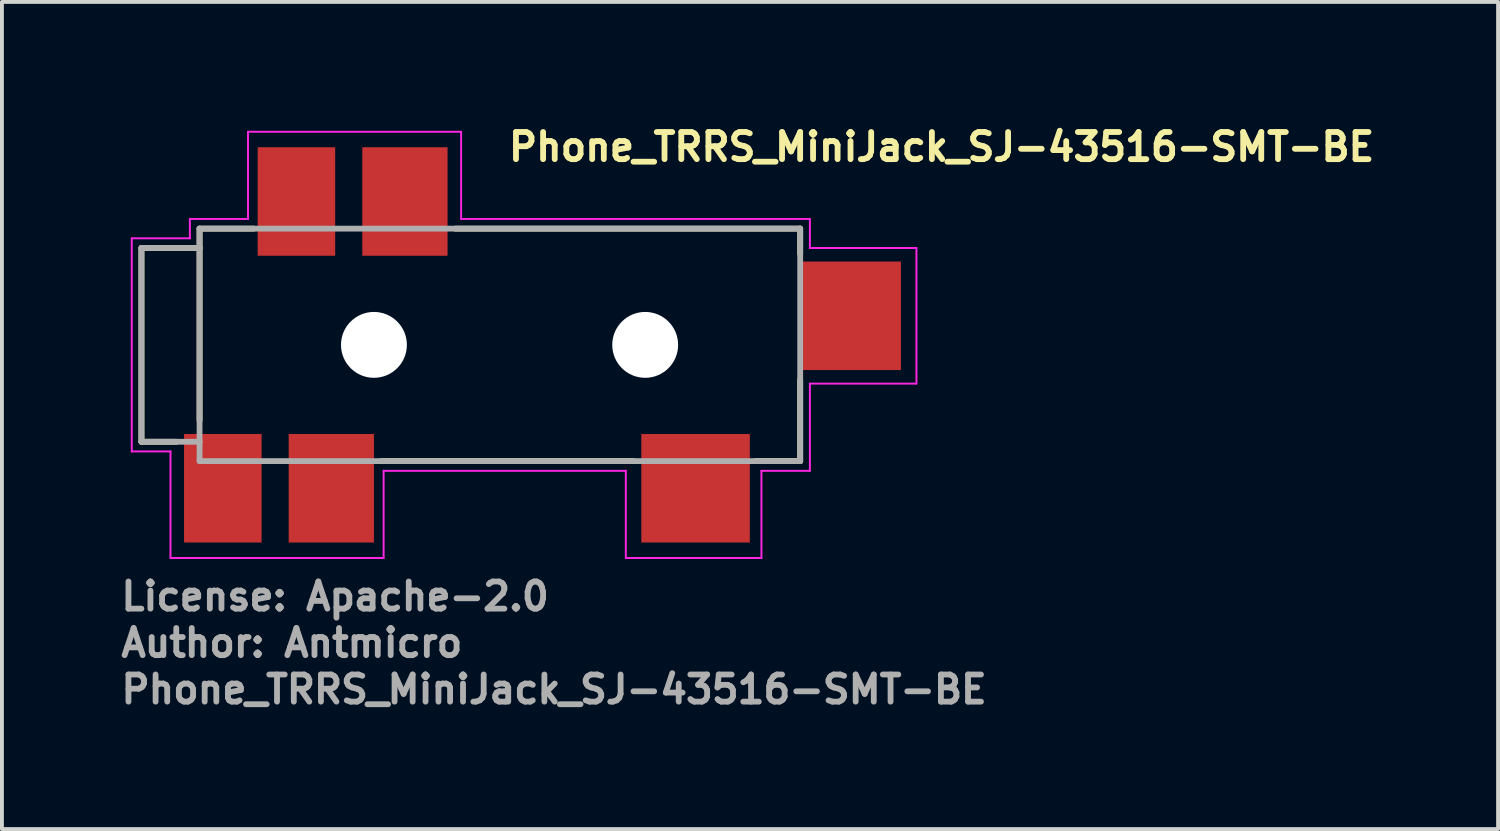
<source format=kicad_pcb>
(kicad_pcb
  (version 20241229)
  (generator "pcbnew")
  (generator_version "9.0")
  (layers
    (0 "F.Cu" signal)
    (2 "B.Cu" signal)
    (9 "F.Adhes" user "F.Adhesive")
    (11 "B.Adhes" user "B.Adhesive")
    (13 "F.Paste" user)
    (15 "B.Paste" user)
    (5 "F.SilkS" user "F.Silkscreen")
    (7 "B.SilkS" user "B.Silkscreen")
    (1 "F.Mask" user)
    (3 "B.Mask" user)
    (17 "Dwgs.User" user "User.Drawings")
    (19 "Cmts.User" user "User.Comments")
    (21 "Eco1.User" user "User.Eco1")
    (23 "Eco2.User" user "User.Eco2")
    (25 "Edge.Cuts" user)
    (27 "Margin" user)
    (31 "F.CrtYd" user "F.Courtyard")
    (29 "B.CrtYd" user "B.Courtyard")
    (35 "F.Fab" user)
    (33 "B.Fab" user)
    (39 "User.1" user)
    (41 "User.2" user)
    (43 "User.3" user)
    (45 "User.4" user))
  (footprint "Phone_TRRS_MiniJack_SJ-43516-SMT-BE"
    (layer "F.Cu")
    (at 10 5.85)
    (property "Reference" "Phone_TRRS_MiniJack_SJ-43516-SMT-BE" (at 0 -4.7 0) (layer "F.SilkS") (effects (font (size 0.7 0.7) (thickness 0.15)) (justify left bottom)))
    (attr smd)
    (fp_line (start -9.4 -2.5) (end -9.4 2.5) (stroke (width 0.15) (type solid)) (layer "F.SilkS"))
    (fp_line (start -9.4 2.5) (end -8.5 2.5) (stroke (width 0.15) (type solid)) (layer "F.SilkS"))
    (fp_line (start -7.9 -3) (end -7.9 -2.5) (stroke (width 0.15) (type solid)) (layer "F.SilkS"))
    (fp_line (start -7.9 -2.5) (end -9.4 -2.5) (stroke (width 0.15) (type solid)) (layer "F.SilkS"))
    (fp_line (start -7.9 -2.5) (end -7.9 1.95) (stroke (width 0.15) (type solid)) (layer "F.SilkS"))
    (fp_line (start -6.5 -3) (end -7.9 -3) (stroke (width 0.15) (type solid)) (layer "F.SilkS"))
    (fp_line (start -3.2 3) (end 3.3 3) (stroke (width 0.15) (type solid)) (layer "F.SilkS"))
    (fp_line (start 6.45 3) (end 7.6 3) (stroke (width 0.15) (type solid)) (layer "F.SilkS"))
    (fp_line (start 7.6 -3) (end -1.3 -3) (stroke (width 0.15) (type solid)) (layer "F.SilkS"))
    (fp_line (start 7.6 -3) (end 7.6 -2.35) (stroke (width 0.15) (type solid)) (layer "F.SilkS"))
    (fp_line (start 7.6 0.9) (end 7.6 3) (stroke (width 0.15) (type solid)) (layer "F.SilkS"))
    (fp_line (start -9.65 -2.75) (end -8.15 -2.75) (stroke (width 0.05) (type solid)) (layer "F.CrtYd"))
    (fp_line (start -9.65 2.75) (end -9.65 -2.75) (stroke (width 0.05) (type solid)) (layer "F.CrtYd"))
    (fp_line (start -8.65 2.75) (end -9.65 2.75) (stroke (width 0.05) (type solid)) (layer "F.CrtYd"))
    (fp_line (start -8.65 5.5) (end -8.65 2.75) (stroke (width 0.05) (type solid)) (layer "F.CrtYd"))
    (fp_line (start -8.15 -3.25) (end -6.65 -3.25) (stroke (width 0.05) (type solid)) (layer "F.CrtYd"))
    (fp_line (start -8.15 -2.75) (end -8.15 -3.25) (stroke (width 0.05) (type solid)) (layer "F.CrtYd"))
    (fp_line (start -6.65 -5.5) (end -1.15 -5.5) (stroke (width 0.05) (type solid)) (layer "F.CrtYd"))
    (fp_line (start -6.65 -3.25) (end -6.65 -5.5) (stroke (width 0.05) (type solid)) (layer "F.CrtYd"))
    (fp_line (start -3.15 3.25) (end -3.15 5.5) (stroke (width 0.05) (type solid)) (layer "F.CrtYd"))
    (fp_line (start -3.15 5.5) (end -8.65 5.5) (stroke (width 0.05) (type solid)) (layer "F.CrtYd"))
    (fp_line (start -1.15 -5.5) (end -1.15 -3.25) (stroke (width 0.05) (type solid)) (layer "F.CrtYd"))
    (fp_line (start -1.15 -3.25) (end 7.85 -3.25) (stroke (width 0.05) (type solid)) (layer "F.CrtYd"))
    (fp_line (start 3.1 3.25) (end -3.15 3.25) (stroke (width 0.05) (type solid)) (layer "F.CrtYd"))
    (fp_line (start 3.1 5.5) (end 3.1 3.25) (stroke (width 0.05) (type solid)) (layer "F.CrtYd"))
    (fp_line (start 6.6 3.25) (end 6.6 5.5) (stroke (width 0.05) (type solid)) (layer "F.CrtYd"))
    (fp_line (start 6.6 5.5) (end 3.1 5.5) (stroke (width 0.05) (type solid)) (layer "F.CrtYd"))
    (fp_line (start 7.85 -3.25) (end 7.85 -2.5) (stroke (width 0.05) (type solid)) (layer "F.CrtYd"))
    (fp_line (start 7.85 -2.5) (end 10.6 -2.5) (stroke (width 0.05) (type solid)) (layer "F.CrtYd"))
    (fp_line (start 7.85 1) (end 7.85 3.25) (stroke (width 0.05) (type solid)) (layer "F.CrtYd"))
    (fp_line (start 7.85 3.25) (end 6.6 3.25) (stroke (width 0.05) (type solid)) (layer "F.CrtYd"))
    (fp_line (start 10.6 -2.5) (end 10.6 1) (stroke (width 0.05) (type solid)) (layer "F.CrtYd"))
    (fp_line (start 10.6 1) (end 7.85 1) (stroke (width 0.05) (type solid)) (layer "F.CrtYd"))
    (fp_line (start -9.4 -2.5) (end -9.4 2.5) (stroke (width 0.15) (type solid)) (layer "F.Fab"))
    (fp_line (start -9.4 2.5) (end -7.9 2.5) (stroke (width 0.15) (type solid)) (layer "F.Fab"))
    (fp_line (start -7.9 -3) (end -7.9 -2.5) (stroke (width 0.15) (type solid)) (layer "F.Fab"))
    (fp_line (start -7.9 -2.5) (end -9.4 -2.5) (stroke (width 0.15) (type solid)) (layer "F.Fab"))
    (fp_line (start -7.9 -2.5) (end -7.9 2.5) (stroke (width 0.15) (type solid)) (layer "F.Fab"))
    (fp_line (start -7.9 2.5) (end -7.9 3) (stroke (width 0.15) (type solid)) (layer "F.Fab"))
    (fp_line (start -7.9 3) (end 7.6 3) (stroke (width 0.15) (type solid)) (layer "F.Fab"))
    (fp_line (start 7.6 -3) (end -7.9 -3) (stroke (width 0.15) (type solid)) (layer "F.Fab"))
    (fp_line (start 7.6 3) (end 7.6 -3) (stroke (width 0.15) (type solid)) (layer "F.Fab"))
    (fp_rect (start -9.6 -4.5) (end 9.6 4.5) (stroke (width 0.1) (type solid)) (fill no) (layer "User.5"))
    (fp_line (start -9.599 2.51) (end -9.6 2.55) (stroke (width 0.02) (type solid)) (layer "User.9"))
    (fp_line (start -9.597 2.471) (end -9.599 2.51) (stroke (width 0.02) (type solid)) (layer "User.9"))
    (fp_line (start -9.593 2.432) (end -9.597 2.471) (stroke (width 0.02) (type solid)) (layer "User.9"))
    (fp_line (start -9.587 2.393) (end -9.593 2.432) (stroke (width 0.02) (type solid)) (layer "User.9"))
    (fp_line (start -9.58 2.355) (end -9.587 2.393) (stroke (width 0.02) (type solid)) (layer "User.9"))
    (fp_line (start -9.571 2.317) (end -9.58 2.355) (stroke (width 0.02) (type solid)) (layer "User.9"))
    (fp_line (start -9.561 2.279) (end -9.571 2.317) (stroke (width 0.02) (type solid)) (layer "User.9"))
    (fp_line (start -9.549 2.242) (end -9.561 2.279) (stroke (width 0.02) (type solid)) (layer "User.9"))
    (fp_line (start -9.535 2.205) (end -9.549 2.242) (stroke (width 0.02) (type solid)) (layer "User.9"))
    (fp_line (start -9.52 2.169) (end -9.535 2.205) (stroke (width 0.02) (type solid)) (layer "User.9"))
    (fp_line (start -9.504 2.133) (end -9.52 2.169) (stroke (width 0.02) (type solid)) (layer "User.9"))
    (fp_line (start -9.486 2.099) (end -9.504 2.133) (stroke (width 0.02) (type solid)) (layer "User.9"))
    (fp_line (start -9.467 2.065) (end -9.486 2.099) (stroke (width 0.02) (type solid)) (layer "User.9"))
    (fp_line (start -9.446 2.031) (end -9.467 2.065) (stroke (width 0.02) (type solid)) (layer "User.9"))
    (fp_line (start -9.424 1.999) (end -9.446 2.031) (stroke (width 0.02) (type solid)) (layer "User.9"))
    (fp_line (start -9.4 -2.3) (end -9.2 -2.5) (stroke (width 0.02) (type solid)) (layer "User.9"))
    (fp_line (start -9.4 -2.25) (end -9.4 -2.3) (stroke (width 0.02) (type solid)) (layer "User.9"))
    (fp_line (start -9.4 -2.25) (end -9.4 -2.25) (stroke (width 0.02) (type solid)) (layer "User.9"))
    (fp_line (start -9.4 -2.102) (end -9.4 -2.25) (stroke (width 0.02) (type solid)) (layer "User.9"))
    (fp_line (start -9.4 -2.102) (end -9.4 -2.102) (stroke (width 0.02) (type solid)) (layer "User.9"))
    (fp_line (start -9.4 -1.864) (end -9.4 -2.102) (stroke (width 0.02) (type solid)) (layer "User.9"))
    (fp_line (start -9.4 -1.864) (end -9.4 -1.864) (stroke (width 0.02) (type solid)) (layer "User.9"))
    (fp_line (start -9.4 -1.544) (end -9.4 -1.864) (stroke (width 0.02) (type solid)) (layer "User.9"))
    (fp_line (start -9.4 -1.544) (end -9.4 -1.544) (stroke (width 0.02) (type solid)) (layer "User.9"))
    (fp_line (start -9.4 -1.157) (end -9.4 -1.544) (stroke (width 0.02) (type solid)) (layer "User.9"))
    (fp_line (start -9.4 -1.157) (end -9.4 -1.157) (stroke (width 0.02) (type solid)) (layer "User.9"))
    (fp_line (start -9.4 -0.72) (end -9.4 -1.157) (stroke (width 0.02) (type solid)) (layer "User.9"))
    (fp_line (start -9.4 -0.72) (end -9.4 -0.72) (stroke (width 0.02) (type solid)) (layer "User.9"))
    (fp_line (start -9.4 -0.252) (end -9.4 -0.72) (stroke (width 0.02) (type solid)) (layer "User.9"))
    (fp_line (start -9.4 -0.252) (end -9.4 -0.252) (stroke (width 0.02) (type solid)) (layer "User.9"))
    (fp_line (start -9.4 0.228) (end -9.4 -0.252) (stroke (width 0.02) (type solid)) (layer "User.9"))
    (fp_line (start -9.4 0.228) (end -9.4 0.228) (stroke (width 0.02) (type solid)) (layer "User.9"))
    (fp_line (start -9.4 0.697) (end -9.4 0.228) (stroke (width 0.02) (type solid)) (layer "User.9"))
    (fp_line (start -9.4 0.697) (end -9.4 0.697) (stroke (width 0.02) (type solid)) (layer "User.9"))
    (fp_line (start -9.4 1.136) (end -9.4 0.697) (stroke (width 0.02) (type solid)) (layer "User.9"))
    (fp_line (start -9.4 1.136) (end -9.4 1.136) (stroke (width 0.02) (type solid)) (layer "User.9"))
    (fp_line (start -9.4 1.526) (end -9.4 1.136) (stroke (width 0.02) (type solid)) (layer "User.9"))
    (fp_line (start -9.4 1.526) (end -9.4 1.526) (stroke (width 0.02) (type solid)) (layer "User.9"))
    (fp_line (start -9.4 1.849) (end -9.4 1.526) (stroke (width 0.02) (type solid)) (layer "User.9"))
    (fp_line (start -9.4 1.849) (end -9.4 1.849) (stroke (width 0.02) (type solid)) (layer "User.9"))
    (fp_line (start -9.4 1.967) (end -9.424 1.999) (stroke (width 0.02) (type solid)) (layer "User.9"))
    (fp_line (start -9.4 2.093) (end -9.4 1.849) (stroke (width 0.02) (type solid)) (layer "User.9"))
    (fp_line (start -9.4 2.093) (end -9.4 2.093) (stroke (width 0.02) (type solid)) (layer "User.9"))
    (fp_line (start -9.4 2.245) (end -9.4 2.093) (stroke (width 0.02) (type solid)) (layer "User.9"))
    (fp_line (start -9.4 2.533) (end -9.4 2.55) (stroke (width 0.02) (type solid)) (layer "User.9"))
    (fp_line (start -9.4 2.55) (end -9.6 2.55) (stroke (width 0.02) (type solid)) (layer "User.9"))
    (fp_line (start -9.399 2.517) (end -9.4 2.533) (stroke (width 0.02) (type solid)) (layer "User.9"))
    (fp_line (start -9.398 2.501) (end -9.399 2.517) (stroke (width 0.02) (type solid)) (layer "User.9"))
    (fp_line (start -9.397 2.484) (end -9.398 2.501) (stroke (width 0.02) (type solid)) (layer "User.9"))
    (fp_line (start -9.395 2.468) (end -9.397 2.484) (stroke (width 0.02) (type solid)) (layer "User.9"))
    (fp_line (start -9.393 2.451) (end -9.395 2.468) (stroke (width 0.02) (type solid)) (layer "User.9"))
    (fp_line (start -9.391 2.435) (end -9.393 2.451) (stroke (width 0.02) (type solid)) (layer "User.9"))
    (fp_line (start -9.388 2.419) (end -9.391 2.435) (stroke (width 0.02) (type solid)) (layer "User.9"))
    (fp_line (start -9.385 2.403) (end -9.388 2.419) (stroke (width 0.02) (type solid)) (layer "User.9"))
    (fp_line (start -9.382 2.387) (end -9.385 2.403) (stroke (width 0.02) (type solid)) (layer "User.9"))
    (fp_line (start -9.378 2.371) (end -9.382 2.387) (stroke (width 0.02) (type solid)) (layer "User.9"))
    (fp_line (start -9.374 2.355) (end -9.378 2.371) (stroke (width 0.02) (type solid)) (layer "User.9"))
    (fp_line (start -9.37 2.339) (end -9.374 2.355) (stroke (width 0.02) (type solid)) (layer "User.9"))
    (fp_line (start -9.365 2.323) (end -9.37 2.339) (stroke (width 0.02) (type solid)) (layer "User.9"))
    (fp_line (start -9.36 2.307) (end -9.365 2.323) (stroke (width 0.02) (type solid)) (layer "User.9"))
    (fp_line (start -9.354 2.292) (end -9.36 2.307) (stroke (width 0.02) (type solid)) (layer "User.9"))
    (fp_line (start -9.354 2.292) (end -9.2 2.449) (stroke (width 0.02) (type solid)) (layer "User.9"))
    (fp_line (start -9.2 -2.5) (end -9.2 -2.445) (stroke (width 0.02) (type solid)) (layer "User.9"))
    (fp_line (start -9.2 -2.5) (end -7.9 -2.5) (stroke (width 0.02) (type solid)) (layer "User.9"))
    (fp_line (start -9.2 -2.445) (end -9.2 -2.445) (stroke (width 0.02) (type solid)) (layer "User.9"))
    (fp_line (start -9.2 -2.445) (end -9.2 -2.283) (stroke (width 0.02) (type solid)) (layer "User.9"))
    (fp_line (start -9.2 -2.283) (end -9.2 -2.283) (stroke (width 0.02) (type solid)) (layer "User.9"))
    (fp_line (start -9.2 -2.283) (end -9.2 -2.02) (stroke (width 0.02) (type solid)) (layer "User.9"))
    (fp_line (start -9.2 -2.02) (end -9.2 -2.02) (stroke (width 0.02) (type solid)) (layer "User.9"))
    (fp_line (start -9.2 -2.02) (end -9.2 -1.669) (stroke (width 0.02) (type solid)) (layer "User.9"))
    (fp_line (start -9.2 -1.669) (end -9.2 -1.669) (stroke (width 0.02) (type solid)) (layer "User.9"))
    (fp_line (start -9.2 -1.669) (end -9.2 -1.244) (stroke (width 0.02) (type solid)) (layer "User.9"))
    (fp_line (start -9.2 -1.244) (end -9.2 -1.244) (stroke (width 0.02) (type solid)) (layer "User.9"))
    (fp_line (start -9.2 -1.244) (end -9.2 -0.764) (stroke (width 0.02) (type solid)) (layer "User.9"))
    (fp_line (start -9.2 -0.764) (end -9.2 -0.764) (stroke (width 0.02) (type solid)) (layer "User.9"))
    (fp_line (start -9.2 -0.764) (end -9.2 -0.251) (stroke (width 0.02) (type solid)) (layer "User.9"))
    (fp_line (start -9.2 -0.251) (end -9.2 -0.251) (stroke (width 0.02) (type solid)) (layer "User.9"))
    (fp_line (start -9.2 -0.251) (end -9.2 0.273) (stroke (width 0.02) (type solid)) (layer "User.9"))
    (fp_line (start -9.2 0.273) (end -9.2 0.273) (stroke (width 0.02) (type solid)) (layer "User.9"))
    (fp_line (start -9.2 0.273) (end -9.2 0.785) (stroke (width 0.02) (type solid)) (layer "User.9"))
    (fp_line (start -9.2 0.785) (end -9.2 0.785) (stroke (width 0.02) (type solid)) (layer "User.9"))
    (fp_line (start -9.2 0.785) (end -9.2 1.262) (stroke (width 0.02) (type solid)) (layer "User.9"))
    (fp_line (start -9.2 1.262) (end -9.2 1.262) (stroke (width 0.02) (type solid)) (layer "User.9"))
    (fp_line (start -9.2 1.262) (end -9.2 1.685) (stroke (width 0.02) (type solid)) (layer "User.9"))
    (fp_line (start -9.2 1.685) (end -9.2 1.685) (stroke (width 0.02) (type solid)) (layer "User.9"))
    (fp_line (start -9.2 1.685) (end -9.2 2.033) (stroke (width 0.02) (type solid)) (layer "User.9"))
    (fp_line (start -9.2 2.033) (end -9.2 2.033) (stroke (width 0.02) (type solid)) (layer "User.9"))
    (fp_line (start -9.2 2.033) (end -9.2 2.291) (stroke (width 0.02) (type solid)) (layer "User.9"))
    (fp_line (start -9.2 2.291) (end -9.2 2.291) (stroke (width 0.02) (type solid)) (layer "User.9"))
    (fp_line (start -9.2 2.291) (end -9.2 2.449) (stroke (width 0.02) (type solid)) (layer "User.9"))
    (fp_line (start -9.2 2.449) (end -9.4 2.245) (stroke (width 0.02) (type solid)) (layer "User.9"))
    (fp_line (start -9.2 2.449) (end -7.9 2.449) (stroke (width 0.02) (type solid)) (layer "User.9"))
    (fp_line (start -7.9 0) (end -7.9 -3) (stroke (width 0.02) (type solid)) (layer "User.9"))
    (fp_line (start -7.9 3) (end -7.9 0) (stroke (width 0.02) (type solid)) (layer "User.9"))
    (fp_line (start -7.85 3.2) (end -7.85 3) (stroke (width 0.02) (type solid)) (layer "User.9"))
    (fp_line (start -7.7 3.2) (end -7.7 4.3) (stroke (width 0.02) (type solid)) (layer "User.9"))
    (fp_line (start -7.7 4.3) (end -7.7 4.31) (stroke (width 0.02) (type solid)) (layer "User.9"))
    (fp_line (start -7.7 4.31) (end -7.699 4.32) (stroke (width 0.02) (type solid)) (layer "User.9"))
    (fp_line (start -7.699 4.32) (end -7.698 4.33) (stroke (width 0.02) (type solid)) (layer "User.9"))
    (fp_line (start -7.698 4.33) (end -7.696 4.339) (stroke (width 0.02) (type solid)) (layer "User.9"))
    (fp_line (start -7.696 4.339) (end -7.694 4.349) (stroke (width 0.02) (type solid)) (layer "User.9"))
    (fp_line (start -7.694 4.349) (end -7.691 4.358) (stroke (width 0.02) (type solid)) (layer "User.9"))
    (fp_line (start -7.691 4.358) (end -7.688 4.367) (stroke (width 0.02) (type solid)) (layer "User.9"))
    (fp_line (start -7.688 4.367) (end -7.685 4.377) (stroke (width 0.02) (type solid)) (layer "User.9"))
    (fp_line (start -7.685 4.377) (end -7.681 4.385) (stroke (width 0.02) (type solid)) (layer "User.9"))
    (fp_line (start -7.681 4.385) (end -7.676 4.394) (stroke (width 0.02) (type solid)) (layer "User.9"))
    (fp_line (start -7.676 4.394) (end -7.672 4.403) (stroke (width 0.02) (type solid)) (layer "User.9"))
    (fp_line (start -7.672 4.403) (end -7.666 4.411) (stroke (width 0.02) (type solid)) (layer "User.9"))
    (fp_line (start -7.666 4.411) (end -7.661 4.419) (stroke (width 0.02) (type solid)) (layer "User.9"))
    (fp_line (start -7.661 4.419) (end -7.655 4.427) (stroke (width 0.02) (type solid)) (layer "User.9"))
    (fp_line (start -7.655 4.427) (end -7.648 4.434) (stroke (width 0.02) (type solid)) (layer "User.9"))
    (fp_line (start -7.648 4.434) (end -7.641 4.441) (stroke (width 0.02) (type solid)) (layer "User.9"))
    (fp_line (start -7.641 4.441) (end -7.641 4.441) (stroke (width 0.02) (type solid)) (layer "User.9"))
    (fp_line (start -7.641 4.441) (end -7.634 4.448) (stroke (width 0.02) (type solid)) (layer "User.9"))
    (fp_line (start -7.634 4.448) (end -7.627 4.455) (stroke (width 0.02) (type solid)) (layer "User.9"))
    (fp_line (start -7.627 4.455) (end -7.619 4.461) (stroke (width 0.02) (type solid)) (layer "User.9"))
    (fp_line (start -7.619 4.461) (end -7.611 4.466) (stroke (width 0.02) (type solid)) (layer "User.9"))
    (fp_line (start -7.611 4.466) (end -7.603 4.472) (stroke (width 0.02) (type solid)) (layer "User.9"))
    (fp_line (start -7.603 4.472) (end -7.594 4.476) (stroke (width 0.02) (type solid)) (layer "User.9"))
    (fp_line (start -7.594 4.476) (end -7.585 4.481) (stroke (width 0.02) (type solid)) (layer "User.9"))
    (fp_line (start -7.585 4.481) (end -7.577 4.485) (stroke (width 0.02) (type solid)) (layer "User.9"))
    (fp_line (start -7.577 4.485) (end -7.567 4.488) (stroke (width 0.02) (type solid)) (layer "User.9"))
    (fp_line (start -7.567 4.488) (end -7.558 4.491) (stroke (width 0.02) (type solid)) (layer "User.9"))
    (fp_line (start -7.558 4.491) (end -7.549 4.494) (stroke (width 0.02) (type solid)) (layer "User.9"))
    (fp_line (start -7.549 4.494) (end -7.539 4.496) (stroke (width 0.02) (type solid)) (layer "User.9"))
    (fp_line (start -7.539 4.496) (end -7.53 4.498) (stroke (width 0.02) (type solid)) (layer "User.9"))
    (fp_line (start -7.53 4.498) (end -7.52 4.499) (stroke (width 0.02) (type solid)) (layer "User.9"))
    (fp_line (start -7.52 4.499) (end -7.51 4.5) (stroke (width 0.02) (type solid)) (layer "User.9"))
    (fp_line (start -7.51 4.5) (end -7.5 4.5) (stroke (width 0.02) (type solid)) (layer "User.9"))
    (fp_line (start -7.5 4.5) (end -7.1 4.5) (stroke (width 0.02) (type solid)) (layer "User.9"))
    (fp_line (start -7.1 4.5) (end -7.09 4.5) (stroke (width 0.02) (type solid)) (layer "User.9"))
    (fp_line (start -7.09 4.5) (end -7.08 4.499) (stroke (width 0.02) (type solid)) (layer "User.9"))
    (fp_line (start -7.08 4.499) (end -7.07 4.498) (stroke (width 0.02) (type solid)) (layer "User.9"))
    (fp_line (start -7.07 4.498) (end -7.06 4.496) (stroke (width 0.02) (type solid)) (layer "User.9"))
    (fp_line (start -7.06 4.496) (end -7.05 4.494) (stroke (width 0.02) (type solid)) (layer "User.9"))
    (fp_line (start -7.05 4.494) (end -7.041 4.491) (stroke (width 0.02) (type solid)) (layer "User.9"))
    (fp_line (start -7.041 4.491) (end -7.031 4.488) (stroke (width 0.02) (type solid)) (layer "User.9"))
    (fp_line (start -7.031 4.488) (end -7.022 4.484) (stroke (width 0.02) (type solid)) (layer "User.9"))
    (fp_line (start -7.022 4.484) (end -7.013 4.48) (stroke (width 0.02) (type solid)) (layer "User.9"))
    (fp_line (start -7.013 4.48) (end -7.005 4.476) (stroke (width 0.02) (type solid)) (layer "User.9"))
    (fp_line (start -7.005 4.476) (end -6.996 4.471) (stroke (width 0.02) (type solid)) (layer "User.9"))
    (fp_line (start -6.996 4.471) (end -6.988 4.466) (stroke (width 0.02) (type solid)) (layer "User.9"))
    (fp_line (start -6.988 4.466) (end -6.98 4.46) (stroke (width 0.02) (type solid)) (layer "User.9"))
    (fp_line (start -6.98 4.46) (end -6.973 4.454) (stroke (width 0.02) (type solid)) (layer "User.9"))
    (fp_line (start -6.973 4.454) (end -6.966 4.448) (stroke (width 0.02) (type solid)) (layer "User.9"))
    (fp_line (start -6.966 4.448) (end -6.959 4.441) (stroke (width 0.02) (type solid)) (layer "User.9"))
    (fp_line (start -6.959 4.441) (end -6.952 4.434) (stroke (width 0.02) (type solid)) (layer "User.9"))
    (fp_line (start -6.952 4.434) (end -6.946 4.427) (stroke (width 0.02) (type solid)) (layer "User.9"))
    (fp_line (start -6.946 4.427) (end -6.94 4.42) (stroke (width 0.02) (type solid)) (layer "User.9"))
    (fp_line (start -6.94 4.42) (end -6.934 4.412) (stroke (width 0.02) (type solid)) (layer "User.9"))
    (fp_line (start -6.934 4.412) (end -6.929 4.404) (stroke (width 0.02) (type solid)) (layer "User.9"))
    (fp_line (start -6.929 4.404) (end -6.924 4.395) (stroke (width 0.02) (type solid)) (layer "User.9"))
    (fp_line (start -6.924 4.395) (end -6.92 4.387) (stroke (width 0.02) (type solid)) (layer "User.9"))
    (fp_line (start -6.92 4.387) (end -6.916 4.378) (stroke (width 0.02) (type solid)) (layer "User.9"))
    (fp_line (start -6.916 4.378) (end -6.912 4.369) (stroke (width 0.02) (type solid)) (layer "User.9"))
    (fp_line (start -6.912 4.369) (end -6.909 4.359) (stroke (width 0.02) (type solid)) (layer "User.9"))
    (fp_line (start -6.909 4.359) (end -6.906 4.35) (stroke (width 0.02) (type solid)) (layer "User.9"))
    (fp_line (start -6.906 4.35) (end -6.904 4.34) (stroke (width 0.02) (type solid)) (layer "User.9"))
    (fp_line (start -6.904 4.34) (end -6.902 4.33) (stroke (width 0.02) (type solid)) (layer "User.9"))
    (fp_line (start -6.902 4.33) (end -6.901 4.32) (stroke (width 0.02) (type solid)) (layer "User.9"))
    (fp_line (start -6.901 4.32) (end -6.9 4.31) (stroke (width 0.02) (type solid)) (layer "User.9"))
    (fp_line (start -6.9 3) (end -7.9 3) (stroke (width 0.02) (type solid)) (layer "User.9"))
    (fp_line (start -6.9 3.2) (end -7.85 3.2) (stroke (width 0.02) (type solid)) (layer "User.9"))
    (fp_line (start -6.9 3.7) (end -6.9 3) (stroke (width 0.02) (type solid)) (layer "User.9"))
    (fp_line (start -6.9 3.7) (end -6.9 4.3) (stroke (width 0.02) (type solid)) (layer "User.9"))
    (fp_line (start -6.9 4.31) (end -6.9 4.3) (stroke (width 0.02) (type solid)) (layer "User.9"))
    (fp_line (start -6.4 -2.5) (end -6.4 -0.9) (stroke (width 0.02) (type solid)) (layer "User.9"))
    (fp_line (start -6.4 -0.9) (end -0.4 -0.9) (stroke (width 0.02) (type solid)) (layer "User.9"))
    (fp_line (start -6.4 2.153) (end -6.4 2.753) (stroke (width 0.02) (type solid)) (layer "User.9"))
    (fp_line (start -6.4 2.753) (end -3.4 2.753) (stroke (width 0.02) (type solid)) (layer "User.9"))
    (fp_line (start -6.3 -2.4) (end -6.3 -1) (stroke (width 0.02) (type solid)) (layer "User.9"))
    (fp_line (start -6.3 -1) (end -0.5 -1) (stroke (width 0.02) (type solid)) (layer "User.9"))
    (fp_line (start -6.3 2.253) (end -6.3 2.653) (stroke (width 0.02) (type solid)) (layer "User.9"))
    (fp_line (start -6.3 2.653) (end -3.5 2.653) (stroke (width 0.02) (type solid)) (layer "User.9"))
    (fp_line (start -5.9 -3) (end -7.9 -3) (stroke (width 0.02) (type solid)) (layer "User.9"))
    (fp_line (start -5.9 -3) (end -5.9 -2.5) (stroke (width 0.02) (type solid)) (layer "User.9"))
    (fp_line (start -5.9 -2.5) (end -6.4 -2.5) (stroke (width 0.02) (type solid)) (layer "User.9"))
    (fp_line (start -5.9 3) (end -5.9 3.7) (stroke (width 0.02) (type solid)) (layer "User.9"))
    (fp_line (start -5.9 3.7) (end -6.9 3.7) (stroke (width 0.02) (type solid)) (layer "User.9"))
    (fp_line (start -5.8 -4.31) (end -5.8 -4.3) (stroke (width 0.02) (type solid)) (layer "User.9"))
    (fp_line (start -5.8 -2.75) (end -5.8 -4.3) (stroke (width 0.02) (type solid)) (layer "User.9"))
    (fp_line (start -5.8 -2.7) (end -5.8 -2.75) (stroke (width 0.02) (type solid)) (layer "User.9"))
    (fp_line (start -5.8 -2.7) (end -5 -2.7) (stroke (width 0.02) (type solid)) (layer "User.9"))
    (fp_line (start -5.8 -2.612) (end -5.8 -2.7) (stroke (width 0.02) (type solid)) (layer "User.9"))
    (fp_line (start -5.8 -2.612) (end -5.8 -2.612) (stroke (width 0.02) (type solid)) (layer "User.9"))
    (fp_line (start -5.8 -2.5) (end -5.9 -2.5) (stroke (width 0.02) (type solid)) (layer "User.9"))
    (fp_line (start -5.8 -2.4) (end -6.3 -2.4) (stroke (width 0.02) (type solid)) (layer "User.9"))
    (fp_line (start -5.8 -2.4) (end -5.8 -2.612) (stroke (width 0.02) (type solid)) (layer "User.9"))
    (fp_line (start -5.799 -4.32) (end -5.8 -4.31) (stroke (width 0.02) (type solid)) (layer "User.9"))
    (fp_line (start -5.798 -4.33) (end -5.799 -4.32) (stroke (width 0.02) (type solid)) (layer "User.9"))
    (fp_line (start -5.796 -4.339) (end -5.798 -4.33) (stroke (width 0.02) (type solid)) (layer "User.9"))
    (fp_line (start -5.794 -4.349) (end -5.796 -4.339) (stroke (width 0.02) (type solid)) (layer "User.9"))
    (fp_line (start -5.791 -4.358) (end -5.794 -4.349) (stroke (width 0.02) (type solid)) (layer "User.9"))
    (fp_line (start -5.788 -4.367) (end -5.791 -4.358) (stroke (width 0.02) (type solid)) (layer "User.9"))
    (fp_line (start -5.785 -4.377) (end -5.788 -4.367) (stroke (width 0.02) (type solid)) (layer "User.9"))
    (fp_line (start -5.781 -4.385) (end -5.785 -4.377) (stroke (width 0.02) (type solid)) (layer "User.9"))
    (fp_line (start -5.776 -4.394) (end -5.781 -4.385) (stroke (width 0.02) (type solid)) (layer "User.9"))
    (fp_line (start -5.772 -4.403) (end -5.776 -4.394) (stroke (width 0.02) (type solid)) (layer "User.9"))
    (fp_line (start -5.766 -4.411) (end -5.772 -4.403) (stroke (width 0.02) (type solid)) (layer "User.9"))
    (fp_line (start -5.761 -4.419) (end -5.766 -4.411) (stroke (width 0.02) (type solid)) (layer "User.9"))
    (fp_line (start -5.755 -4.427) (end -5.761 -4.419) (stroke (width 0.02) (type solid)) (layer "User.9"))
    (fp_line (start -5.748 -4.434) (end -5.755 -4.427) (stroke (width 0.02) (type solid)) (layer "User.9"))
    (fp_line (start -5.741 -4.441) (end -5.748 -4.434) (stroke (width 0.02) (type solid)) (layer "User.9"))
    (fp_line (start -5.741 -4.441) (end -5.741 -4.441) (stroke (width 0.02) (type solid)) (layer "User.9"))
    (fp_line (start -5.734 -4.448) (end -5.741 -4.441) (stroke (width 0.02) (type solid)) (layer "User.9"))
    (fp_line (start -5.727 -4.455) (end -5.734 -4.448) (stroke (width 0.02) (type solid)) (layer "User.9"))
    (fp_line (start -5.719 -4.461) (end -5.727 -4.455) (stroke (width 0.02) (type solid)) (layer "User.9"))
    (fp_line (start -5.711 -4.466) (end -5.719 -4.461) (stroke (width 0.02) (type solid)) (layer "User.9"))
    (fp_line (start -5.703 -4.472) (end -5.711 -4.466) (stroke (width 0.02) (type solid)) (layer "User.9"))
    (fp_line (start -5.694 -4.476) (end -5.703 -4.472) (stroke (width 0.02) (type solid)) (layer "User.9"))
    (fp_line (start -5.685 -4.481) (end -5.694 -4.476) (stroke (width 0.02) (type solid)) (layer "User.9"))
    (fp_line (start -5.677 -4.485) (end -5.685 -4.481) (stroke (width 0.02) (type solid)) (layer "User.9"))
    (fp_line (start -5.667 -4.488) (end -5.677 -4.485) (stroke (width 0.02) (type solid)) (layer "User.9"))
    (fp_line (start -5.658 -4.491) (end -5.667 -4.488) (stroke (width 0.02) (type solid)) (layer "User.9"))
    (fp_line (start -5.649 -4.494) (end -5.658 -4.491) (stroke (width 0.02) (type solid)) (layer "User.9"))
    (fp_line (start -5.639 -4.496) (end -5.649 -4.494) (stroke (width 0.02) (type solid)) (layer "User.9"))
    (fp_line (start -5.63 -4.498) (end -5.639 -4.496) (stroke (width 0.02) (type solid)) (layer "User.9"))
    (fp_line (start -5.62 -4.499) (end -5.63 -4.498) (stroke (width 0.02) (type solid)) (layer "User.9"))
    (fp_line (start -5.61 -4.5) (end -5.62 -4.499) (stroke (width 0.02) (type solid)) (layer "User.9"))
    (fp_line (start -5.6 -4.5) (end -5.61 -4.5) (stroke (width 0.02) (type solid)) (layer "User.9"))
    (fp_line (start -5.6 -4.5) (end -5.2 -4.5) (stroke (width 0.02) (type solid)) (layer "User.9"))
    (fp_line (start -5.19 -4.5) (end -5.2 -4.5) (stroke (width 0.02) (type solid)) (layer "User.9"))
    (fp_line (start -5.18 -4.499) (end -5.19 -4.5) (stroke (width 0.02) (type solid)) (layer "User.9"))
    (fp_line (start -5.17 -4.498) (end -5.18 -4.499) (stroke (width 0.02) (type solid)) (layer "User.9"))
    (fp_line (start -5.161 -4.496) (end -5.17 -4.498) (stroke (width 0.02) (type solid)) (layer "User.9"))
    (fp_line (start -5.151 -4.494) (end -5.161 -4.496) (stroke (width 0.02) (type solid)) (layer "User.9"))
    (fp_line (start -5.142 -4.491) (end -5.151 -4.494) (stroke (width 0.02) (type solid)) (layer "User.9"))
    (fp_line (start -5.133 -4.488) (end -5.142 -4.491) (stroke (width 0.02) (type solid)) (layer "User.9"))
    (fp_line (start -5.123 -4.485) (end -5.133 -4.488) (stroke (width 0.02) (type solid)) (layer "User.9"))
    (fp_line (start -5.115 -4.481) (end -5.123 -4.485) (stroke (width 0.02) (type solid)) (layer "User.9"))
    (fp_line (start -5.106 -4.476) (end -5.115 -4.481) (stroke (width 0.02) (type solid)) (layer "User.9"))
    (fp_line (start -5.097 -4.472) (end -5.106 -4.476) (stroke (width 0.02) (type solid)) (layer "User.9"))
    (fp_line (start -5.089 -4.466) (end -5.097 -4.472) (stroke (width 0.02) (type solid)) (layer "User.9"))
    (fp_line (start -5.081 -4.461) (end -5.089 -4.466) (stroke (width 0.02) (type solid)) (layer "User.9"))
    (fp_line (start -5.073 -4.455) (end -5.081 -4.461) (stroke (width 0.02) (type solid)) (layer "User.9"))
    (fp_line (start -5.066 -4.448) (end -5.073 -4.455) (stroke (width 0.02) (type solid)) (layer "User.9"))
    (fp_line (start -5.059 -4.441) (end -5.066 -4.448) (stroke (width 0.02) (type solid)) (layer "User.9"))
    (fp_line (start -5.059 -4.441) (end -5.059 -4.441) (stroke (width 0.02) (type solid)) (layer "User.9"))
    (fp_line (start -5.052 -4.434) (end -5.059 -4.441) (stroke (width 0.02) (type solid)) (layer "User.9"))
    (fp_line (start -5.045 -4.427) (end -5.052 -4.434) (stroke (width 0.02) (type solid)) (layer "User.9"))
    (fp_line (start -5.039 -4.419) (end -5.045 -4.427) (stroke (width 0.02) (type solid)) (layer "User.9"))
    (fp_line (start -5.034 -4.411) (end -5.039 -4.419) (stroke (width 0.02) (type solid)) (layer "User.9"))
    (fp_line (start -5.028 -4.403) (end -5.034 -4.411) (stroke (width 0.02) (type solid)) (layer "User.9"))
    (fp_line (start -5.024 -4.394) (end -5.028 -4.403) (stroke (width 0.02) (type solid)) (layer "User.9"))
    (fp_line (start -5.019 -4.385) (end -5.024 -4.394) (stroke (width 0.02) (type solid)) (layer "User.9"))
    (fp_line (start -5.015 -4.377) (end -5.019 -4.385) (stroke (width 0.02) (type solid)) (layer "User.9"))
    (fp_line (start -5.012 -4.367) (end -5.015 -4.377) (stroke (width 0.02) (type solid)) (layer "User.9"))
    (fp_line (start -5.009 -4.358) (end -5.012 -4.367) (stroke (width 0.02) (type solid)) (layer "User.9"))
    (fp_line (start -5.006 -4.349) (end -5.009 -4.358) (stroke (width 0.02) (type solid)) (layer "User.9"))
    (fp_line (start -5.004 -4.339) (end -5.006 -4.349) (stroke (width 0.02) (type solid)) (layer "User.9"))
    (fp_line (start -5.002 -4.33) (end -5.004 -4.339) (stroke (width 0.02) (type solid)) (layer "User.9"))
    (fp_line (start -5.001 -4.32) (end -5.002 -4.33) (stroke (width 0.02) (type solid)) (layer "User.9"))
    (fp_line (start -5 -4.31) (end -5.001 -4.32) (stroke (width 0.02) (type solid)) (layer "User.9"))
    (fp_line (start -5 -4.3) (end -5 -4.31) (stroke (width 0.02) (type solid)) (layer "User.9"))
    (fp_line (start -5 -2.75) (end -5 -4.3) (stroke (width 0.02) (type solid)) (layer "User.9"))
    (fp_line (start -5 -2.7) (end -5 -2.75) (stroke (width 0.02) (type solid)) (layer "User.9"))
    (fp_line (start -5 -2.612) (end -5 -2.7) (stroke (width 0.02) (type solid)) (layer "User.9"))
    (fp_line (start -5 -2.612) (end -5 -2.612) (stroke (width 0.02) (type solid)) (layer "User.9"))
    (fp_line (start -5 -2.4) (end -5 -2.612) (stroke (width 0.02) (type solid)) (layer "User.9"))
    (fp_line (start -5 3.2) (end -5 4.3) (stroke (width 0.02) (type solid)) (layer "User.9"))
    (fp_line (start -5 4.3) (end -5 4.31) (stroke (width 0.02) (type solid)) (layer "User.9"))
    (fp_line (start -5 4.31) (end -4.999 4.32) (stroke (width 0.02) (type solid)) (layer "User.9"))
    (fp_line (start -4.999 4.32) (end -4.998 4.33) (stroke (width 0.02) (type solid)) (layer "User.9"))
    (fp_line (start -4.998 4.33) (end -4.996 4.34) (stroke (width 0.02) (type solid)) (layer "User.9"))
    (fp_line (start -4.996 4.34) (end -4.994 4.35) (stroke (width 0.02) (type solid)) (layer "User.9"))
    (fp_line (start -4.994 4.35) (end -4.991 4.359) (stroke (width 0.02) (type solid)) (layer "User.9"))
    (fp_line (start -4.991 4.359) (end -4.988 4.369) (stroke (width 0.02) (type solid)) (layer "User.9"))
    (fp_line (start -4.988 4.369) (end -4.984 4.378) (stroke (width 0.02) (type solid)) (layer "User.9"))
    (fp_line (start -4.984 4.378) (end -4.98 4.387) (stroke (width 0.02) (type solid)) (layer "User.9"))
    (fp_line (start -4.98 4.387) (end -4.976 4.395) (stroke (width 0.02) (type solid)) (layer "User.9"))
    (fp_line (start -4.976 4.395) (end -4.971 4.404) (stroke (width 0.02) (type solid)) (layer "User.9"))
    (fp_line (start -4.971 4.404) (end -4.966 4.412) (stroke (width 0.02) (type solid)) (layer "User.9"))
    (fp_line (start -4.966 4.412) (end -4.96 4.42) (stroke (width 0.02) (type solid)) (layer "User.9"))
    (fp_line (start -4.96 4.42) (end -4.954 4.427) (stroke (width 0.02) (type solid)) (layer "User.9"))
    (fp_line (start -4.954 4.427) (end -4.948 4.434) (stroke (width 0.02) (type solid)) (layer "User.9"))
    (fp_line (start -4.948 4.434) (end -4.941 4.441) (stroke (width 0.02) (type solid)) (layer "User.9"))
    (fp_line (start -4.941 4.441) (end -4.934 4.448) (stroke (width 0.02) (type solid)) (layer "User.9"))
    (fp_line (start -4.934 4.448) (end -4.927 4.454) (stroke (width 0.02) (type solid)) (layer "User.9"))
    (fp_line (start -4.927 4.454) (end -4.92 4.46) (stroke (width 0.02) (type solid)) (layer "User.9"))
    (fp_line (start -4.92 4.46) (end -4.912 4.466) (stroke (width 0.02) (type solid)) (layer "User.9"))
    (fp_line (start -4.912 4.466) (end -4.904 4.471) (stroke (width 0.02) (type solid)) (layer "User.9"))
    (fp_line (start -4.904 4.471) (end -4.895 4.476) (stroke (width 0.02) (type solid)) (layer "User.9"))
    (fp_line (start -4.9 -2.5) (end -5 -2.5) (stroke (width 0.02) (type solid)) (layer "User.9"))
    (fp_line (start -4.9 -2.5) (end -4.9 -3) (stroke (width 0.02) (type solid)) (layer "User.9"))
    (fp_line (start -4.895 4.476) (end -4.887 4.48) (stroke (width 0.02) (type solid)) (layer "User.9"))
    (fp_line (start -4.887 4.48) (end -4.878 4.484) (stroke (width 0.02) (type solid)) (layer "User.9"))
    (fp_line (start -4.878 4.484) (end -4.869 4.488) (stroke (width 0.02) (type solid)) (layer "User.9"))
    (fp_line (start -4.869 4.488) (end -4.859 4.491) (stroke (width 0.02) (type solid)) (layer "User.9"))
    (fp_line (start -4.859 4.491) (end -4.85 4.494) (stroke (width 0.02) (type solid)) (layer "User.9"))
    (fp_line (start -4.85 4.494) (end -4.84 4.496) (stroke (width 0.02) (type solid)) (layer "User.9"))
    (fp_line (start -4.84 4.496) (end -4.83 4.498) (stroke (width 0.02) (type solid)) (layer "User.9"))
    (fp_line (start -4.83 4.498) (end -4.82 4.499) (stroke (width 0.02) (type solid)) (layer "User.9"))
    (fp_line (start -4.82 4.499) (end -4.81 4.5) (stroke (width 0.02) (type solid)) (layer "User.9"))
    (fp_line (start -4.81 4.5) (end -4.8 4.5) (stroke (width 0.02) (type solid)) (layer "User.9"))
    (fp_line (start -4.8 4.5) (end -4.2 4.5) (stroke (width 0.02) (type solid)) (layer "User.9"))
    (fp_line (start -4.2 4.5) (end -4.19 4.5) (stroke (width 0.02) (type solid)) (layer "User.9"))
    (fp_line (start -4.19 4.5) (end -4.18 4.499) (stroke (width 0.02) (type solid)) (layer "User.9"))
    (fp_line (start -4.18 4.499) (end -4.17 4.498) (stroke (width 0.02) (type solid)) (layer "User.9"))
    (fp_line (start -4.17 4.498) (end -4.161 4.496) (stroke (width 0.02) (type solid)) (layer "User.9"))
    (fp_line (start -4.161 4.496) (end -4.151 4.494) (stroke (width 0.02) (type solid)) (layer "User.9"))
    (fp_line (start -4.151 4.494) (end -4.142 4.491) (stroke (width 0.02) (type solid)) (layer "User.9"))
    (fp_line (start -4.142 4.491) (end -4.133 4.488) (stroke (width 0.02) (type solid)) (layer "User.9"))
    (fp_line (start -4.133 4.488) (end -4.123 4.485) (stroke (width 0.02) (type solid)) (layer "User.9"))
    (fp_line (start -4.123 4.485) (end -4.115 4.481) (stroke (width 0.02) (type solid)) (layer "User.9"))
    (fp_line (start -4.115 4.481) (end -4.106 4.476) (stroke (width 0.02) (type solid)) (layer "User.9"))
    (fp_line (start -4.106 4.476) (end -4.097 4.472) (stroke (width 0.02) (type solid)) (layer "User.9"))
    (fp_line (start -4.097 4.472) (end -4.089 4.466) (stroke (width 0.02) (type solid)) (layer "User.9"))
    (fp_line (start -4.089 4.466) (end -4.081 4.461) (stroke (width 0.02) (type solid)) (layer "User.9"))
    (fp_line (start -4.081 4.461) (end -4.073 4.455) (stroke (width 0.02) (type solid)) (layer "User.9"))
    (fp_line (start -4.073 4.455) (end -4.066 4.448) (stroke (width 0.02) (type solid)) (layer "User.9"))
    (fp_line (start -4.066 4.448) (end -4.059 4.441) (stroke (width 0.02) (type solid)) (layer "User.9"))
    (fp_line (start -4.059 4.441) (end -4.059 4.441) (stroke (width 0.02) (type solid)) (layer "User.9"))
    (fp_line (start -4.059 4.441) (end -4.052 4.434) (stroke (width 0.02) (type solid)) (layer "User.9"))
    (fp_line (start -4.052 4.434) (end -4.045 4.427) (stroke (width 0.02) (type solid)) (layer "User.9"))
    (fp_line (start -4.045 4.427) (end -4.039 4.419) (stroke (width 0.02) (type solid)) (layer "User.9"))
    (fp_line (start -4.039 4.419) (end -4.034 4.411) (stroke (width 0.02) (type solid)) (layer "User.9"))
    (fp_line (start -4.034 4.411) (end -4.028 4.403) (stroke (width 0.02) (type solid)) (layer "User.9"))
    (fp_line (start -4.028 4.403) (end -4.024 4.394) (stroke (width 0.02) (type solid)) (layer "User.9"))
    (fp_line (start -4.024 4.394) (end -4.019 4.385) (stroke (width 0.02) (type solid)) (layer "User.9"))
    (fp_line (start -4.019 4.385) (end -4.015 4.377) (stroke (width 0.02) (type solid)) (layer "User.9"))
    (fp_line (start -4.015 4.377) (end -4.012 4.367) (stroke (width 0.02) (type solid)) (layer "User.9"))
    (fp_line (start -4.012 4.367) (end -4.009 4.358) (stroke (width 0.02) (type solid)) (layer "User.9"))
    (fp_line (start -4.009 4.358) (end -4.006 4.349) (stroke (width 0.02) (type solid)) (layer "User.9"))
    (fp_line (start -4.006 4.349) (end -4.004 4.339) (stroke (width 0.02) (type solid)) (layer "User.9"))
    (fp_line (start -4.004 4.339) (end -4.002 4.33) (stroke (width 0.02) (type solid)) (layer "User.9"))
    (fp_line (start -4.002 4.33) (end -4.001 4.32) (stroke (width 0.02) (type solid)) (layer "User.9"))
    (fp_line (start -4.001 4.32) (end -4 4.31) (stroke (width 0.02) (type solid)) (layer "User.9"))
    (fp_line (start -4 3.2) (end -4 4.3) (stroke (width 0.02) (type solid)) (layer "User.9"))
    (fp_line (start -4 4.31) (end -4 4.3) (stroke (width 0.02) (type solid)) (layer "User.9"))
    (fp_line (start -3.9 3) (end -5.9 3) (stroke (width 0.02) (type solid)) (layer "User.9"))
    (fp_line (start -3.9 3.2) (end -5.9 3.2) (stroke (width 0.02) (type solid)) (layer "User.9"))
    (fp_line (start -3.9 3.7) (end -3.9 3) (stroke (width 0.02) (type solid)) (layer "User.9"))
    (fp_line (start -3.5 2.253) (end -6.3 2.253) (stroke (width 0.02) (type solid)) (layer "User.9"))
    (fp_line (start -3.5 2.653) (end -3.5 2.253) (stroke (width 0.02) (type solid)) (layer "User.9"))
    (fp_line (start -3.4 2.153) (end -6.4 2.153) (stroke (width 0.02) (type solid)) (layer "User.9"))
    (fp_line (start -3.4 2.753) (end -3.4 2.153) (stroke (width 0.02) (type solid)) (layer "User.9"))
    (fp_line (start -3.15 -3) (end -4.9 -3) (stroke (width 0.02) (type solid)) (layer "User.9"))
    (fp_line (start -3.15 -3) (end -3.15 -2.5) (stroke (width 0.02) (type solid)) (layer "User.9"))
    (fp_line (start -3.15 -2.7) (end -1.15 -2.7) (stroke (width 0.02) (type solid)) (layer "User.9"))
    (fp_line (start -3.15 -2.5) (end -4.9 -2.5) (stroke (width 0.02) (type solid)) (layer "User.9"))
    (fp_line (start -3.15 -2.4) (end -5 -2.4) (stroke (width 0.02) (type solid)) (layer "User.9"))
    (fp_line (start -3.15 -2.4) (end -3.15 -2.5) (stroke (width 0.02) (type solid)) (layer "User.9"))
    (fp_line (start -3.15 -2.4) (end -1.15 -2.4) (stroke (width 0.02) (type solid)) (layer "User.9"))
    (fp_line (start -3.1 -4.31) (end -3.1 -4.3) (stroke (width 0.02) (type solid)) (layer "User.9"))
    (fp_line (start -3.1 -2.75) (end -3.1 -4.3) (stroke (width 0.02) (type solid)) (layer "User.9"))
    (fp_line (start -3.1 -2.7) (end -3.1 -2.75) (stroke (width 0.02) (type solid)) (layer "User.9"))
    (fp_line (start -3.099 -4.32) (end -3.1 -4.31) (stroke (width 0.02) (type solid)) (layer "User.9"))
    (fp_line (start -3.098 -4.33) (end -3.099 -4.32) (stroke (width 0.02) (type solid)) (layer "User.9"))
    (fp_line (start -3.096 -4.34) (end -3.098 -4.33) (stroke (width 0.02) (type solid)) (layer "User.9"))
    (fp_line (start -3.094 -4.35) (end -3.096 -4.34) (stroke (width 0.02) (type solid)) (layer "User.9"))
    (fp_line (start -3.091 -4.359) (end -3.094 -4.35) (stroke (width 0.02) (type solid)) (layer "User.9"))
    (fp_line (start -3.088 -4.369) (end -3.091 -4.359) (stroke (width 0.02) (type solid)) (layer "User.9"))
    (fp_line (start -3.084 -4.378) (end -3.088 -4.369) (stroke (width 0.02) (type solid)) (layer "User.9"))
    (fp_line (start -3.08 -4.387) (end -3.084 -4.378) (stroke (width 0.02) (type solid)) (layer "User.9"))
    (fp_line (start -3.076 -4.395) (end -3.08 -4.387) (stroke (width 0.02) (type solid)) (layer "User.9"))
    (fp_line (start -3.071 -4.404) (end -3.076 -4.395) (stroke (width 0.02) (type solid)) (layer "User.9"))
    (fp_line (start -3.066 -4.412) (end -3.071 -4.404) (stroke (width 0.02) (type solid)) (layer "User.9"))
    (fp_line (start -3.06 -4.42) (end -3.066 -4.412) (stroke (width 0.02) (type solid)) (layer "User.9"))
    (fp_line (start -3.054 -4.427) (end -3.06 -4.42) (stroke (width 0.02) (type solid)) (layer "User.9"))
    (fp_line (start -3.048 -4.434) (end -3.054 -4.427) (stroke (width 0.02) (type solid)) (layer "User.9"))
    (fp_line (start -3.041 -4.441) (end -3.048 -4.434) (stroke (width 0.02) (type solid)) (layer "User.9"))
    (fp_line (start -3.034 -4.448) (end -3.041 -4.441) (stroke (width 0.02) (type solid)) (layer "User.9"))
    (fp_line (start -3.027 -4.454) (end -3.034 -4.448) (stroke (width 0.02) (type solid)) (layer "User.9"))
    (fp_line (start -3.02 -4.46) (end -3.027 -4.454) (stroke (width 0.02) (type solid)) (layer "User.9"))
    (fp_line (start -3.012 -4.466) (end -3.02 -4.46) (stroke (width 0.02) (type solid)) (layer "User.9"))
    (fp_line (start -3.004 -4.471) (end -3.012 -4.466) (stroke (width 0.02) (type solid)) (layer "User.9"))
    (fp_line (start -2.995 -4.476) (end -3.004 -4.471) (stroke (width 0.02) (type solid)) (layer "User.9"))
    (fp_line (start -2.987 -4.48) (end -2.995 -4.476) (stroke (width 0.02) (type solid)) (layer "User.9"))
    (fp_line (start -2.978 -4.484) (end -2.987 -4.48) (stroke (width 0.02) (type solid)) (layer "User.9"))
    (fp_line (start -2.969 -4.488) (end -2.978 -4.484) (stroke (width 0.02) (type solid)) (layer "User.9"))
    (fp_line (start -2.959 -4.491) (end -2.969 -4.488) (stroke (width 0.02) (type solid)) (layer "User.9"))
    (fp_line (start -2.95 -4.494) (end -2.959 -4.491) (stroke (width 0.02) (type solid)) (layer "User.9"))
    (fp_line (start -2.94 -4.496) (end -2.95 -4.494) (stroke (width 0.02) (type solid)) (layer "User.9"))
    (fp_line (start -2.93 -4.498) (end -2.94 -4.496) (stroke (width 0.02) (type solid)) (layer "User.9"))
    (fp_line (start -2.92 -4.499) (end -2.93 -4.498) (stroke (width 0.02) (type solid)) (layer "User.9"))
    (fp_line (start -2.91 -4.5) (end -2.92 -4.499) (stroke (width 0.02) (type solid)) (layer "User.9"))
    (fp_line (start -2.9 -4.5) (end -2.91 -4.5) (stroke (width 0.02) (type solid)) (layer "User.9"))
    (fp_line (start -2.9 -4.5) (end -2.3 -4.5) (stroke (width 0.02) (type solid)) (layer "User.9"))
    (fp_line (start -2.29 -4.5) (end -2.3 -4.5) (stroke (width 0.02) (type solid)) (layer "User.9"))
    (fp_line (start -2.28 -4.499) (end -2.29 -4.5) (stroke (width 0.02) (type solid)) (layer "User.9"))
    (fp_line (start -2.27 -4.498) (end -2.28 -4.499) (stroke (width 0.02) (type solid)) (layer "User.9"))
    (fp_line (start -2.26 -4.496) (end -2.27 -4.498) (stroke (width 0.02) (type solid)) (layer "User.9"))
    (fp_line (start -2.25 -4.494) (end -2.26 -4.496) (stroke (width 0.02) (type solid)) (layer "User.9"))
    (fp_line (start -2.241 -4.491) (end -2.25 -4.494) (stroke (width 0.02) (type solid)) (layer "User.9"))
    (fp_line (start -2.231 -4.488) (end -2.241 -4.491) (stroke (width 0.02) (type solid)) (layer "User.9"))
    (fp_line (start -2.222 -4.484) (end -2.231 -4.488) (stroke (width 0.02) (type solid)) (layer "User.9"))
    (fp_line (start -2.213 -4.48) (end -2.222 -4.484) (stroke (width 0.02) (type solid)) (layer "User.9"))
    (fp_line (start -2.205 -4.476) (end -2.213 -4.48) (stroke (width 0.02) (type solid)) (layer "User.9"))
    (fp_line (start -2.196 -4.471) (end -2.205 -4.476) (stroke (width 0.02) (type solid)) (layer "User.9"))
    (fp_line (start -2.188 -4.466) (end -2.196 -4.471) (stroke (width 0.02) (type solid)) (layer "User.9"))
    (fp_line (start -2.18 -4.46) (end -2.188 -4.466) (stroke (width 0.02) (type solid)) (layer "User.9"))
    (fp_line (start -2.173 -4.454) (end -2.18 -4.46) (stroke (width 0.02) (type solid)) (layer "User.9"))
    (fp_line (start -2.166 -4.448) (end -2.173 -4.454) (stroke (width 0.02) (type solid)) (layer "User.9"))
    (fp_line (start -2.159 -4.441) (end -2.166 -4.448) (stroke (width 0.02) (type solid)) (layer "User.9"))
    (fp_line (start -2.152 -4.434) (end -2.159 -4.441) (stroke (width 0.02) (type solid)) (layer "User.9"))
    (fp_line (start -2.146 -4.427) (end -2.152 -4.434) (stroke (width 0.02) (type solid)) (layer "User.9"))
    (fp_line (start -2.14 -4.42) (end -2.146 -4.427) (stroke (width 0.02) (type solid)) (layer "User.9"))
    (fp_line (start -2.134 -4.412) (end -2.14 -4.42) (stroke (width 0.02) (type solid)) (layer "User.9"))
    (fp_line (start -2.129 -4.404) (end -2.134 -4.412) (stroke (width 0.02) (type solid)) (layer "User.9"))
    (fp_line (start -2.124 -4.395) (end -2.129 -4.404) (stroke (width 0.02) (type solid)) (layer "User.9"))
    (fp_line (start -2.12 -4.387) (end -2.124 -4.395) (stroke (width 0.02) (type solid)) (layer "User.9"))
    (fp_line (start -2.116 -4.378) (end -2.12 -4.387) (stroke (width 0.02) (type solid)) (layer "User.9"))
    (fp_line (start -2.112 -4.369) (end -2.116 -4.378) (stroke (width 0.02) (type solid)) (layer "User.9"))
    (fp_line (start -2.109 -4.359) (end -2.112 -4.369) (stroke (width 0.02) (type solid)) (layer "User.9"))
    (fp_line (start -2.106 -4.35) (end -2.109 -4.359) (stroke (width 0.02) (type solid)) (layer "User.9"))
    (fp_line (start -2.104 -4.34) (end -2.106 -4.35) (stroke (width 0.02) (type solid)) (layer "User.9"))
    (fp_line (start -2.102 -4.33) (end -2.104 -4.34) (stroke (width 0.02) (type solid)) (layer "User.9"))
    (fp_line (start -2.101 -4.32) (end -2.102 -4.33) (stroke (width 0.02) (type solid)) (layer "User.9"))
    (fp_line (start -2.1 -4.31) (end -2.101 -4.32) (stroke (width 0.02) (type solid)) (layer "User.9"))
    (fp_line (start -2.1 -4.3) (end -2.1 -4.31) (stroke (width 0.02) (type solid)) (layer "User.9"))
    (fp_line (start -2.1 -2.75) (end -2.1 -4.3) (stroke (width 0.02) (type solid)) (layer "User.9"))
    (fp_line (start -2.1 -2.7) (end -2.1 -2.75) (stroke (width 0.02) (type solid)) (layer "User.9"))
    (fp_line (start -1.9 3) (end -1.9 3.7) (stroke (width 0.02) (type solid)) (layer "User.9"))
    (fp_line (start -1.9 3.7) (end -3.9 3.7) (stroke (width 0.02) (type solid)) (layer "User.9"))
    (fp_line (start -1.15 -2.5) (end -1.15 -3) (stroke (width 0.02) (type solid)) (layer "User.9"))
    (fp_line (start -1.15 -2.5) (end -1.15 -2.4) (stroke (width 0.02) (type solid)) (layer "User.9"))
    (fp_line (start -1.062 3.2) (end -1.9 3.2) (stroke (width 0.02) (type solid)) (layer "User.9"))
    (fp_line (start -0.85 3.2) (end -1.062 3.2) (stroke (width 0.02) (type solid)) (layer "User.9"))
    (fp_line (start -0.85 3.2) (end -0.85 3) (stroke (width 0.02) (type solid)) (layer "User.9"))
    (fp_line (start -0.5 -2.4) (end -1.15 -2.4) (stroke (width 0.02) (type solid)) (layer "User.9"))
    (fp_line (start -0.5 -1) (end -0.5 -2.4) (stroke (width 0.02) (type solid)) (layer "User.9"))
    (fp_line (start -0.4 -2.5) (end -1.15 -2.5) (stroke (width 0.02) (type solid)) (layer "User.9"))
    (fp_line (start -0.4 -0.9) (end -0.4 -2.5) (stroke (width 0.02) (type solid)) (layer "User.9"))
    (fp_line (start 3.4 2.2) (end 3.4 3) (stroke (width 0.02) (type solid)) (layer "User.9"))
    (fp_line (start 3.4 3) (end -1.9 3) (stroke (width 0.02) (type solid)) (layer "User.9"))
    (fp_line (start 3.4 3) (end 4.5 3) (stroke (width 0.02) (type solid)) (layer "User.9"))
    (fp_line (start 4.15 3) (end 4.15 4.3) (stroke (width 0.02) (type solid)) (layer "User.9"))
    (fp_line (start 4.15 4.3) (end 4.15 4.31) (stroke (width 0.02) (type solid)) (layer "User.9"))
    (fp_line (start 4.15 4.31) (end 4.151 4.32) (stroke (width 0.02) (type solid)) (layer "User.9"))
    (fp_line (start 4.151 4.32) (end 4.152 4.33) (stroke (width 0.02) (type solid)) (layer "User.9"))
    (fp_line (start 4.152 4.33) (end 4.154 4.34) (stroke (width 0.02) (type solid)) (layer "User.9"))
    (fp_line (start 4.154 4.34) (end 4.156 4.35) (stroke (width 0.02) (type solid)) (layer "User.9"))
    (fp_line (start 4.156 4.35) (end 4.159 4.359) (stroke (width 0.02) (type solid)) (layer "User.9"))
    (fp_line (start 4.159 4.359) (end 4.162 4.369) (stroke (width 0.02) (type solid)) (layer "User.9"))
    (fp_line (start 4.162 4.369) (end 4.166 4.378) (stroke (width 0.02) (type solid)) (layer "User.9"))
    (fp_line (start 4.166 4.378) (end 4.17 4.387) (stroke (width 0.02) (type solid)) (layer "User.9"))
    (fp_line (start 4.17 4.387) (end 4.174 4.395) (stroke (width 0.02) (type solid)) (layer "User.9"))
    (fp_line (start 4.174 4.395) (end 4.179 4.404) (stroke (width 0.02) (type solid)) (layer "User.9"))
    (fp_line (start 4.179 4.404) (end 4.184 4.412) (stroke (width 0.02) (type solid)) (layer "User.9"))
    (fp_line (start 4.184 4.412) (end 4.19 4.42) (stroke (width 0.02) (type solid)) (layer "User.9"))
    (fp_line (start 4.19 4.42) (end 4.196 4.427) (stroke (width 0.02) (type solid)) (layer "User.9"))
    (fp_line (start 4.196 4.427) (end 4.202 4.434) (stroke (width 0.02) (type solid)) (layer "User.9"))
    (fp_line (start 4.202 4.434) (end 4.209 4.441) (stroke (width 0.02) (type solid)) (layer "User.9"))
    (fp_line (start 4.209 4.441) (end 4.216 4.448) (stroke (width 0.02) (type solid)) (layer "User.9"))
    (fp_line (start 4.216 4.448) (end 4.223 4.454) (stroke (width 0.02) (type solid)) (layer "User.9"))
    (fp_line (start 4.223 4.454) (end 4.23 4.46) (stroke (width 0.02) (type solid)) (layer "User.9"))
    (fp_line (start 4.23 4.46) (end 4.238 4.466) (stroke (width 0.02) (type solid)) (layer "User.9"))
    (fp_line (start 4.238 4.466) (end 4.246 4.471) (stroke (width 0.02) (type solid)) (layer "User.9"))
    (fp_line (start 4.246 4.471) (end 4.255 4.476) (stroke (width 0.02) (type solid)) (layer "User.9"))
    (fp_line (start 4.255 4.476) (end 4.263 4.48) (stroke (width 0.02) (type solid)) (layer "User.9"))
    (fp_line (start 4.263 4.48) (end 4.272 4.484) (stroke (width 0.02) (type solid)) (layer "User.9"))
    (fp_line (start 4.272 4.484) (end 4.281 4.488) (stroke (width 0.02) (type solid)) (layer "User.9"))
    (fp_line (start 4.281 4.488) (end 4.291 4.491) (stroke (width 0.02) (type solid)) (layer "User.9"))
    (fp_line (start 4.291 4.491) (end 4.3 4.494) (stroke (width 0.02) (type solid)) (layer "User.9"))
    (fp_line (start 4.3 4.494) (end 4.31 4.496) (stroke (width 0.02) (type solid)) (layer "User.9"))
    (fp_line (start 4.31 4.496) (end 4.32 4.498) (stroke (width 0.02) (type solid)) (layer "User.9"))
    (fp_line (start 4.32 4.498) (end 4.33 4.499) (stroke (width 0.02) (type solid)) (layer "User.9"))
    (fp_line (start 4.33 4.499) (end 4.34 4.5) (stroke (width 0.02) (type solid)) (layer "User.9"))
    (fp_line (start 4.34 4.5) (end 4.35 4.5) (stroke (width 0.02) (type solid)) (layer "User.9"))
    (fp_line (start 4.35 4.5) (end 5.45 4.5) (stroke (width 0.02) (type solid)) (layer "User.9"))
    (fp_line (start 4.5 2.2) (end 3.4 2.2) (stroke (width 0.02) (type solid)) (layer "User.9"))
    (fp_line (start 4.5 3) (end 4.5 2.2) (stroke (width 0.02) (type solid)) (layer "User.9"))
    (fp_line (start 5.1 0.8) (end 5.1 1.2) (stroke (width 0.02) (type solid)) (layer "User.9"))
    (fp_line (start 5.1 1.2) (end 5.85 1.2) (stroke (width 0.02) (type solid)) (layer "User.9"))
    (fp_line (start 5.45 4.5) (end 5.46 4.5) (stroke (width 0.02) (type solid)) (layer "User.9"))
    (fp_line (start 5.46 4.5) (end 5.47 4.499) (stroke (width 0.02) (type solid)) (layer "User.9"))
    (fp_line (start 5.47 4.499) (end 5.48 4.498) (stroke (width 0.02) (type solid)) (layer "User.9"))
    (fp_line (start 5.48 4.498) (end 5.489 4.496) (stroke (width 0.02) (type solid)) (layer "User.9"))
    (fp_line (start 5.489 4.496) (end 5.499 4.494) (stroke (width 0.02) (type solid)) (layer "User.9"))
    (fp_line (start 5.499 4.494) (end 5.508 4.491) (stroke (width 0.02) (type solid)) (layer "User.9"))
    (fp_line (start 5.508 4.491) (end 5.517 4.488) (stroke (width 0.02) (type solid)) (layer "User.9"))
    (fp_line (start 5.517 4.488) (end 5.527 4.485) (stroke (width 0.02) (type solid)) (layer "User.9"))
    (fp_line (start 5.527 4.485) (end 5.535 4.481) (stroke (width 0.02) (type solid)) (layer "User.9"))
    (fp_line (start 5.535 4.481) (end 5.544 4.476) (stroke (width 0.02) (type solid)) (layer "User.9"))
    (fp_line (start 5.544 4.476) (end 5.553 4.472) (stroke (width 0.02) (type solid)) (layer "User.9"))
    (fp_line (start 5.553 4.472) (end 5.561 4.466) (stroke (width 0.02) (type solid)) (layer "User.9"))
    (fp_line (start 5.561 4.466) (end 5.569 4.461) (stroke (width 0.02) (type solid)) (layer "User.9"))
    (fp_line (start 5.569 4.461) (end 5.577 4.455) (stroke (width 0.02) (type solid)) (layer "User.9"))
    (fp_line (start 5.577 4.455) (end 5.584 4.448) (stroke (width 0.02) (type solid)) (layer "User.9"))
    (fp_line (start 5.584 4.448) (end 5.591 4.441) (stroke (width 0.02) (type solid)) (layer "User.9"))
    (fp_line (start 5.591 4.441) (end 5.591 4.441) (stroke (width 0.02) (type solid)) (layer "User.9"))
    (fp_line (start 5.591 4.441) (end 5.598 4.434) (stroke (width 0.02) (type solid)) (layer "User.9"))
    (fp_line (start 5.598 4.434) (end 5.605 4.427) (stroke (width 0.02) (type solid)) (layer "User.9"))
    (fp_line (start 5.605 4.427) (end 5.611 4.419) (stroke (width 0.02) (type solid)) (layer "User.9"))
    (fp_line (start 5.611 4.419) (end 5.616 4.411) (stroke (width 0.02) (type solid)) (layer "User.9"))
    (fp_line (start 5.616 4.411) (end 5.622 4.403) (stroke (width 0.02) (type solid)) (layer "User.9"))
    (fp_line (start 5.622 4.403) (end 5.626 4.394) (stroke (width 0.02) (type solid)) (layer "User.9"))
    (fp_line (start 5.626 4.394) (end 5.631 4.385) (stroke (width 0.02) (type solid)) (layer "User.9"))
    (fp_line (start 5.631 4.385) (end 5.635 4.377) (stroke (width 0.02) (type solid)) (layer "User.9"))
    (fp_line (start 5.635 4.377) (end 5.638 4.367) (stroke (width 0.02) (type solid)) (layer "User.9"))
    (fp_line (start 5.638 4.367) (end 5.641 4.358) (stroke (width 0.02) (type solid)) (layer "User.9"))
    (fp_line (start 5.641 4.358) (end 5.644 4.349) (stroke (width 0.02) (type solid)) (layer "User.9"))
    (fp_line (start 5.644 4.349) (end 5.646 4.339) (stroke (width 0.02) (type solid)) (layer "User.9"))
    (fp_line (start 5.646 4.339) (end 5.648 4.33) (stroke (width 0.02) (type solid)) (layer "User.9"))
    (fp_line (start 5.648 4.33) (end 5.649 4.32) (stroke (width 0.02) (type solid)) (layer "User.9"))
    (fp_line (start 5.649 4.32) (end 5.65 4.31) (stroke (width 0.02) (type solid)) (layer "User.9"))
    (fp_line (start 5.65 1.15) (end 5.65 0.8) (stroke (width 0.02) (type solid)) (layer "User.9"))
    (fp_line (start 5.65 1.15) (end 5.85 1.15) (stroke (width 0.02) (type solid)) (layer "User.9"))
    (fp_line (start 5.65 3) (end 5.65 4.3) (stroke (width 0.02) (type solid)) (layer "User.9"))
    (fp_line (start 5.65 4.31) (end 5.65 4.3) (stroke (width 0.02) (type solid)) (layer "User.9"))
    (fp_line (start 5.7 -2.5) (end 5.7 -2.1) (stroke (width 0.02) (type solid)) (layer "User.9"))
    (fp_line (start 5.7 -2.4) (end 6.45 -2.4) (stroke (width 0.02) (type solid)) (layer "User.9"))
    (fp_line (start 5.7 -2.1) (end 6.45 -2.1) (stroke (width 0.02) (type solid)) (layer "User.9"))
    (fp_line (start 5.85 0.8) (end 5.1 0.8) (stroke (width 0.02) (type solid)) (layer "User.9"))
    (fp_line (start 5.85 1.2) (end 5.85 0.8) (stroke (width 0.02) (type solid)) (layer "User.9"))
    (fp_line (start 6.45 -2.5) (end 5.7 -2.5) (stroke (width 0.02) (type solid)) (layer "User.9"))
    (fp_line (start 6.45 -2.1) (end 6.45 -2.5) (stroke (width 0.02) (type solid)) (layer "User.9"))
    (fp_line (start 7.6 -3) (end -1.15 -3) (stroke (width 0.02) (type solid)) (layer "User.9"))
    (fp_line (start 7.6 0.8) (end 7.61 0.8) (stroke (width 0.02) (type solid)) (layer "User.9"))
    (fp_line (start 7.6 3) (end 4.5 3) (stroke (width 0.02) (type solid)) (layer "User.9"))
    (fp_line (start 7.6 3) (end 7.6 -3) (stroke (width 0.02) (type solid)) (layer "User.9"))
    (fp_line (start 7.61 -2.3) (end 7.6 -2.3) (stroke (width 0.02) (type solid)) (layer "User.9"))
    (fp_line (start 7.61 0.8) (end 7.62 0.799) (stroke (width 0.02) (type solid)) (layer "User.9"))
    (fp_line (start 7.62 -2.299) (end 7.61 -2.3) (stroke (width 0.02) (type solid)) (layer "User.9"))
    (fp_line (start 7.62 0.799) (end 7.63 0.798) (stroke (width 0.02) (type solid)) (layer "User.9"))
    (fp_line (start 7.63 -2.298) (end 7.62 -2.299) (stroke (width 0.02) (type solid)) (layer "User.9"))
    (fp_line (start 7.63 0.798) (end 7.64 0.796) (stroke (width 0.02) (type solid)) (layer "User.9"))
    (fp_line (start 7.64 -2.296) (end 7.63 -2.298) (stroke (width 0.02) (type solid)) (layer "User.9"))
    (fp_line (start 7.64 0.796) (end 7.65 0.794) (stroke (width 0.02) (type solid)) (layer "User.9"))
    (fp_line (start 7.65 -2.294) (end 7.64 -2.296) (stroke (width 0.02) (type solid)) (layer "User.9"))
    (fp_line (start 7.65 0.794) (end 7.659 0.791) (stroke (width 0.02) (type solid)) (layer "User.9"))
    (fp_line (start 7.659 -2.291) (end 7.65 -2.294) (stroke (width 0.02) (type solid)) (layer "User.9"))
    (fp_line (start 7.659 0.791) (end 7.669 0.788) (stroke (width 0.02) (type solid)) (layer "User.9"))
    (fp_line (start 7.669 -2.288) (end 7.659 -2.291) (stroke (width 0.02) (type solid)) (layer "User.9"))
    (fp_line (start 7.669 0.788) (end 7.678 0.784) (stroke (width 0.02) (type solid)) (layer "User.9"))
    (fp_line (start 7.678 -2.284) (end 7.669 -2.288) (stroke (width 0.02) (type solid)) (layer "User.9"))
    (fp_line (start 7.678 0.784) (end 7.687 0.78) (stroke (width 0.02) (type solid)) (layer "User.9"))
    (fp_line (start 7.687 -2.28) (end 7.678 -2.284) (stroke (width 0.02) (type solid)) (layer "User.9"))
    (fp_line (start 7.687 0.78) (end 7.695 0.776) (stroke (width 0.02) (type solid)) (layer "User.9"))
    (fp_line (start 7.695 -2.276) (end 7.687 -2.28) (stroke (width 0.02) (type solid)) (layer "User.9"))
    (fp_line (start 7.695 0.776) (end 7.704 0.771) (stroke (width 0.02) (type solid)) (layer "User.9"))
    (fp_line (start 7.704 -2.271) (end 7.695 -2.276) (stroke (width 0.02) (type solid)) (layer "User.9"))
    (fp_line (start 7.704 0.771) (end 7.712 0.766) (stroke (width 0.02) (type solid)) (layer "User.9"))
    (fp_line (start 7.712 -2.266) (end 7.704 -2.271) (stroke (width 0.02) (type solid)) (layer "User.9"))
    (fp_line (start 7.712 0.766) (end 7.72 0.76) (stroke (width 0.02) (type solid)) (layer "User.9"))
    (fp_line (start 7.72 -2.26) (end 7.712 -2.266) (stroke (width 0.02) (type solid)) (layer "User.9"))
    (fp_line (start 7.72 0.76) (end 7.727 0.754) (stroke (width 0.02) (type solid)) (layer "User.9"))
    (fp_line (start 7.727 -2.254) (end 7.72 -2.26) (stroke (width 0.02) (type solid)) (layer "User.9"))
    (fp_line (start 7.727 0.754) (end 7.734 0.748) (stroke (width 0.02) (type solid)) (layer "User.9"))
    (fp_line (start 7.734 -2.248) (end 7.727 -2.254) (stroke (width 0.02) (type solid)) (layer "User.9"))
    (fp_line (start 7.734 0.748) (end 7.741 0.741) (stroke (width 0.02) (type solid)) (layer "User.9"))
    (fp_line (start 7.741 -2.241) (end 7.734 -2.248) (stroke (width 0.02) (type solid)) (layer "User.9"))
    (fp_line (start 7.741 0.741) (end 7.748 0.734) (stroke (width 0.02) (type solid)) (layer "User.9"))
    (fp_line (start 7.748 -2.234) (end 7.741 -2.241) (stroke (width 0.02) (type solid)) (layer "User.9"))
    (fp_line (start 7.748 0.734) (end 7.754 0.727) (stroke (width 0.02) (type solid)) (layer "User.9"))
    (fp_line (start 7.754 -2.227) (end 7.748 -2.234) (stroke (width 0.02) (type solid)) (layer "User.9"))
    (fp_line (start 7.754 0.727) (end 7.76 0.72) (stroke (width 0.02) (type solid)) (layer "User.9"))
    (fp_line (start 7.76 -2.22) (end 7.754 -2.227) (stroke (width 0.02) (type solid)) (layer "User.9"))
    (fp_line (start 7.76 0.72) (end 7.766 0.712) (stroke (width 0.02) (type solid)) (layer "User.9"))
    (fp_line (start 7.766 -2.212) (end 7.76 -2.22) (stroke (width 0.02) (type solid)) (layer "User.9"))
    (fp_line (start 7.766 0.712) (end 7.771 0.704) (stroke (width 0.02) (type solid)) (layer "User.9"))
    (fp_line (start 7.771 -2.204) (end 7.766 -2.212) (stroke (width 0.02) (type solid)) (layer "User.9"))
    (fp_line (start 7.771 0.704) (end 7.776 0.695) (stroke (width 0.02) (type solid)) (layer "User.9"))
    (fp_line (start 7.776 -2.195) (end 7.771 -2.204) (stroke (width 0.02) (type solid)) (layer "User.9"))
    (fp_line (start 7.776 0.695) (end 7.78 0.687) (stroke (width 0.02) (type solid)) (layer "User.9"))
    (fp_line (start 7.78 -2.187) (end 7.776 -2.195) (stroke (width 0.02) (type solid)) (layer "User.9"))
    (fp_line (start 7.78 0.687) (end 7.784 0.678) (stroke (width 0.02) (type solid)) (layer "User.9"))
    (fp_line (start 7.784 -2.178) (end 7.78 -2.187) (stroke (width 0.02) (type solid)) (layer "User.9"))
    (fp_line (start 7.784 0.678) (end 7.788 0.669) (stroke (width 0.02) (type solid)) (layer "User.9"))
    (fp_line (start 7.788 -2.169) (end 7.784 -2.178) (stroke (width 0.02) (type solid)) (layer "User.9"))
    (fp_line (start 7.788 0.669) (end 7.791 0.659) (stroke (width 0.02) (type solid)) (layer "User.9"))
    (fp_line (start 7.791 -2.159) (end 7.788 -2.169) (stroke (width 0.02) (type solid)) (layer "User.9"))
    (fp_line (start 7.791 0.659) (end 7.794 0.65) (stroke (width 0.02) (type solid)) (layer "User.9"))
    (fp_line (start 7.794 -2.15) (end 7.791 -2.159) (stroke (width 0.02) (type solid)) (layer "User.9"))
    (fp_line (start 7.794 0.65) (end 7.796 0.64) (stroke (width 0.02) (type solid)) (layer "User.9"))
    (fp_line (start 7.796 -2.14) (end 7.794 -2.15) (stroke (width 0.02) (type solid)) (layer "User.9"))
    (fp_line (start 7.796 0.64) (end 7.798 0.63) (stroke (width 0.02) (type solid)) (layer "User.9"))
    (fp_line (start 7.798 -2.13) (end 7.796 -2.14) (stroke (width 0.02) (type solid)) (layer "User.9"))
    (fp_line (start 7.798 0.63) (end 7.799 0.62) (stroke (width 0.02) (type solid)) (layer "User.9"))
    (fp_line (start 7.799 -2.12) (end 7.798 -2.13) (stroke (width 0.02) (type solid)) (layer "User.9"))
    (fp_line (start 7.799 0.62) (end 7.8 0.61) (stroke (width 0.02) (type solid)) (layer "User.9"))
    (fp_line (start 7.8 -2.11) (end 7.799 -2.12) (stroke (width 0.02) (type solid)) (layer "User.9"))
    (fp_line (start 7.8 -2.1) (end 7.8 -2.11) (stroke (width 0.02) (type solid)) (layer "User.9"))
    (fp_line (start 7.8 -2.1) (end 7.8 0.6) (stroke (width 0.02) (type solid)) (layer "User.9"))
    (fp_line (start 7.8 -1.5) (end 7.85 -1.5) (stroke (width 0.02) (type solid)) (layer "User.9"))
    (fp_line (start 7.8 0) (end 7.85 0) (stroke (width 0.02) (type solid)) (layer "User.9"))
    (fp_line (start 7.8 0.61) (end 7.8 0.6) (stroke (width 0.02) (type solid)) (layer "User.9"))
    (fp_line (start 7.85 -1.5) (end 9.4 -1.5) (stroke (width 0.02) (type solid)) (layer "User.9"))
    (fp_line (start 7.85 0) (end 9.4 0) (stroke (width 0.02) (type solid)) (layer "User.9"))
    (fp_line (start 9.4 0) (end 9.41 0) (stroke (width 0.02) (type solid)) (layer "User.9"))
    (fp_line (start 9.41 -1.5) (end 9.4 -1.5) (stroke (width 0.02) (type solid)) (layer "User.9"))
    (fp_line (start 9.41 0) (end 9.42 -0.001) (stroke (width 0.02) (type solid)) (layer "User.9"))
    (fp_line (start 9.42 -1.499) (end 9.41 -1.5) (stroke (width 0.02) (type solid)) (layer "User.9"))
    (fp_line (start 9.42 -0.001) (end 9.43 -0.002) (stroke (width 0.02) (type solid)) (layer "User.9"))
    (fp_line (start 9.43 -1.498) (end 9.42 -1.499) (stroke (width 0.02) (type solid)) (layer "User.9"))
    (fp_line (start 9.43 -0.002) (end 9.44 -0.004) (stroke (width 0.02) (type solid)) (layer "User.9"))
    (fp_line (start 9.44 -1.496) (end 9.43 -1.498) (stroke (width 0.02) (type solid)) (layer "User.9"))
    (fp_line (start 9.44 -0.004) (end 9.45 -0.006) (stroke (width 0.02) (type solid)) (layer "User.9"))
    (fp_line (start 9.45 -1.494) (end 9.44 -1.496) (stroke (width 0.02) (type solid)) (layer "User.9"))
    (fp_line (start 9.45 -0.006) (end 9.459 -0.009) (stroke (width 0.02) (type solid)) (layer "User.9"))
    (fp_line (start 9.459 -1.491) (end 9.45 -1.494) (stroke (width 0.02) (type solid)) (layer "User.9"))
    (fp_line (start 9.459 -0.009) (end 9.469 -0.012) (stroke (width 0.02) (type solid)) (layer "User.9"))
    (fp_line (start 9.469 -1.488) (end 9.459 -1.491) (stroke (width 0.02) (type solid)) (layer "User.9"))
    (fp_line (start 9.469 -0.012) (end 9.478 -0.016) (stroke (width 0.02) (type solid)) (layer "User.9"))
    (fp_line (start 9.478 -1.484) (end 9.469 -1.488) (stroke (width 0.02) (type solid)) (layer "User.9"))
    (fp_line (start 9.478 -0.016) (end 9.487 -0.02) (stroke (width 0.02) (type solid)) (layer "User.9"))
    (fp_line (start 9.487 -1.48) (end 9.478 -1.484) (stroke (width 0.02) (type solid)) (layer "User.9"))
    (fp_line (start 9.487 -0.02) (end 9.495 -0.024) (stroke (width 0.02) (type solid)) (layer "User.9"))
    (fp_line (start 9.495 -1.476) (end 9.487 -1.48) (stroke (width 0.02) (type solid)) (layer "User.9"))
    (fp_line (start 9.495 -0.024) (end 9.504 -0.029) (stroke (width 0.02) (type solid)) (layer "User.9"))
    (fp_line (start 9.504 -1.471) (end 9.495 -1.476) (stroke (width 0.02) (type solid)) (layer "User.9"))
    (fp_line (start 9.504 -0.029) (end 9.512 -0.034) (stroke (width 0.02) (type solid)) (layer "User.9"))
    (fp_line (start 9.512 -1.466) (end 9.504 -1.471) (stroke (width 0.02) (type solid)) (layer "User.9"))
    (fp_line (start 9.512 -0.034) (end 9.52 -0.04) (stroke (width 0.02) (type solid)) (layer "User.9"))
    (fp_line (start 9.52 -1.46) (end 9.512 -1.466) (stroke (width 0.02) (type solid)) (layer "User.9"))
    (fp_line (start 9.52 -0.04) (end 9.527 -0.046) (stroke (width 0.02) (type solid)) (layer "User.9"))
    (fp_line (start 9.527 -1.454) (end 9.52 -1.46) (stroke (width 0.02) (type solid)) (layer "User.9"))
    (fp_line (start 9.527 -0.046) (end 9.534 -0.052) (stroke (width 0.02) (type solid)) (layer "User.9"))
    (fp_line (start 9.534 -1.448) (end 9.527 -1.454) (stroke (width 0.02) (type solid)) (layer "User.9"))
    (fp_line (start 9.534 -0.052) (end 9.541 -0.059) (stroke (width 0.02) (type solid)) (layer "User.9"))
    (fp_line (start 9.541 -1.441) (end 9.534 -1.448) (stroke (width 0.02) (type solid)) (layer "User.9"))
    (fp_line (start 9.541 -0.059) (end 9.548 -0.066) (stroke (width 0.02) (type solid)) (layer "User.9"))
    (fp_line (start 9.548 -1.434) (end 9.541 -1.441) (stroke (width 0.02) (type solid)) (layer "User.9"))
    (fp_line (start 9.548 -0.066) (end 9.554 -0.073) (stroke (width 0.02) (type solid)) (layer "User.9"))
    (fp_line (start 9.554 -1.427) (end 9.548 -1.434) (stroke (width 0.02) (type solid)) (layer "User.9"))
    (fp_line (start 9.554 -0.073) (end 9.56 -0.08) (stroke (width 0.02) (type solid)) (layer "User.9"))
    (fp_line (start 9.56 -1.42) (end 9.554 -1.427) (stroke (width 0.02) (type solid)) (layer "User.9"))
    (fp_line (start 9.56 -0.08) (end 9.566 -0.088) (stroke (width 0.02) (type solid)) (layer "User.9"))
    (fp_line (start 9.566 -1.412) (end 9.56 -1.42) (stroke (width 0.02) (type solid)) (layer "User.9"))
    (fp_line (start 9.566 -0.088) (end 9.571 -0.096) (stroke (width 0.02) (type solid)) (layer "User.9"))
    (fp_line (start 9.571 -1.404) (end 9.566 -1.412) (stroke (width 0.02) (type solid)) (layer "User.9"))
    (fp_line (start 9.571 -0.096) (end 9.576 -0.105) (stroke (width 0.02) (type solid)) (layer "User.9"))
    (fp_line (start 9.576 -1.395) (end 9.571 -1.404) (stroke (width 0.02) (type solid)) (layer "User.9"))
    (fp_line (start 9.576 -0.105) (end 9.58 -0.113) (stroke (width 0.02) (type solid)) (layer "User.9"))
    (fp_line (start 9.58 -1.387) (end 9.576 -1.395) (stroke (width 0.02) (type solid)) (layer "User.9"))
    (fp_line (start 9.58 -0.113) (end 9.584 -0.122) (stroke (width 0.02) (type solid)) (layer "User.9"))
    (fp_line (start 9.584 -1.378) (end 9.58 -1.387) (stroke (width 0.02) (type solid)) (layer "User.9"))
    (fp_line (start 9.584 -0.122) (end 9.588 -0.131) (stroke (width 0.02) (type solid)) (layer "User.9"))
    (fp_line (start 9.588 -1.369) (end 9.584 -1.378) (stroke (width 0.02) (type solid)) (layer "User.9"))
    (fp_line (start 9.588 -0.131) (end 9.591 -0.141) (stroke (width 0.02) (type solid)) (layer "User.9"))
    (fp_line (start 9.591 -1.359) (end 9.588 -1.369) (stroke (width 0.02) (type solid)) (layer "User.9"))
    (fp_line (start 9.591 -0.141) (end 9.594 -0.15) (stroke (width 0.02) (type solid)) (layer "User.9"))
    (fp_line (start 9.594 -1.35) (end 9.591 -1.359) (stroke (width 0.02) (type solid)) (layer "User.9"))
    (fp_line (start 9.594 -0.15) (end 9.596 -0.16) (stroke (width 0.02) (type solid)) (layer "User.9"))
    (fp_line (start 9.596 -1.34) (end 9.594 -1.35) (stroke (width 0.02) (type solid)) (layer "User.9"))
    (fp_line (start 9.596 -0.16) (end 9.598 -0.17) (stroke (width 0.02) (type solid)) (layer "User.9"))
    (fp_line (start 9.598 -1.33) (end 9.596 -1.34) (stroke (width 0.02) (type solid)) (layer "User.9"))
    (fp_line (start 9.598 -0.17) (end 9.599 -0.18) (stroke (width 0.02) (type solid)) (layer "User.9"))
    (fp_line (start 9.599 -1.32) (end 9.598 -1.33) (stroke (width 0.02) (type solid)) (layer "User.9"))
    (fp_line (start 9.599 -0.18) (end 9.6 -0.19) (stroke (width 0.02) (type solid)) (layer "User.9"))
    (fp_line (start 9.6 -1.31) (end 9.599 -1.32) (stroke (width 0.02) (type solid)) (layer "User.9"))
    (fp_line (start 9.6 -1.3) (end 9.6 -1.31) (stroke (width 0.02) (type solid)) (layer "User.9"))
    (fp_line (start 9.6 -1.3) (end 9.6 -0.2) (stroke (width 0.02) (type solid)) (layer "User.9"))
    (fp_line (start 9.6 -0.19) (end 9.6 -0.2) (stroke (width 0.02) (type solid)) (layer "User.9"))
    (fp_text user "License: Apache-2.0" (at -10 6.9 0) (layer "F.Fab") (effects (font (size 0.7 0.7) (thickness 0.15)) (justify left bottom)))
    (fp_text user "${REFERENCE}" (at -10 9.3 0) (layer "F.Fab") (effects (font (size 0.7 0.7) (thickness 0.15)) (justify left bottom)))
    (fp_text user "Author: Antmicro" (at -10 8.1 0) (layer "F.Fab") (effects (font (size 0.7 0.7) (thickness 0.15)) (justify left bottom)))
    (pad "" np_thru_hole circle (at -3.4 0) (size 1.7 1.7) (drill 1.7) (layers "*.Cu" "*.Mask"))
    (pad "" np_thru_hole circle (at 3.6 0) (size 1.7 1.7) (drill 1.7) (layers "*.Cu" "*.Mask"))
    (pad "1" smd rect (at -7.3 3.7) (size 2 2.8) (layers "F.Cu" "F.Mask" "F.Paste"))
    (pad "2" smd rect (at 4.9 3.7) (size 2.8 2.8) (layers "F.Cu" "F.Mask" "F.Paste"))
    (pad "3" smd rect (at -2.6 -3.7) (size 2.2 2.8) (layers "F.Cu" "F.Mask" "F.Paste"))
    (pad "4" smd rect (at -4.5 3.7) (size 2.2 2.8) (layers "F.Cu" "F.Mask" "F.Paste"))
    (pad "5" smd rect (at 8.9 -0.75) (size 2.6 2.8) (layers "F.Cu" "F.Mask" "F.Paste"))
    (pad "6" smd rect (at -5.4 -3.7) (size 2 2.8) (layers "F.Cu" "F.Mask" "F.Paste")))
  (gr_rect
    (start -3 -3)
    (end 35.61 18.346)
    (stroke (width 0.1) (type default))
    (fill no)
    (layer "Edge.Cuts")))
</source>
